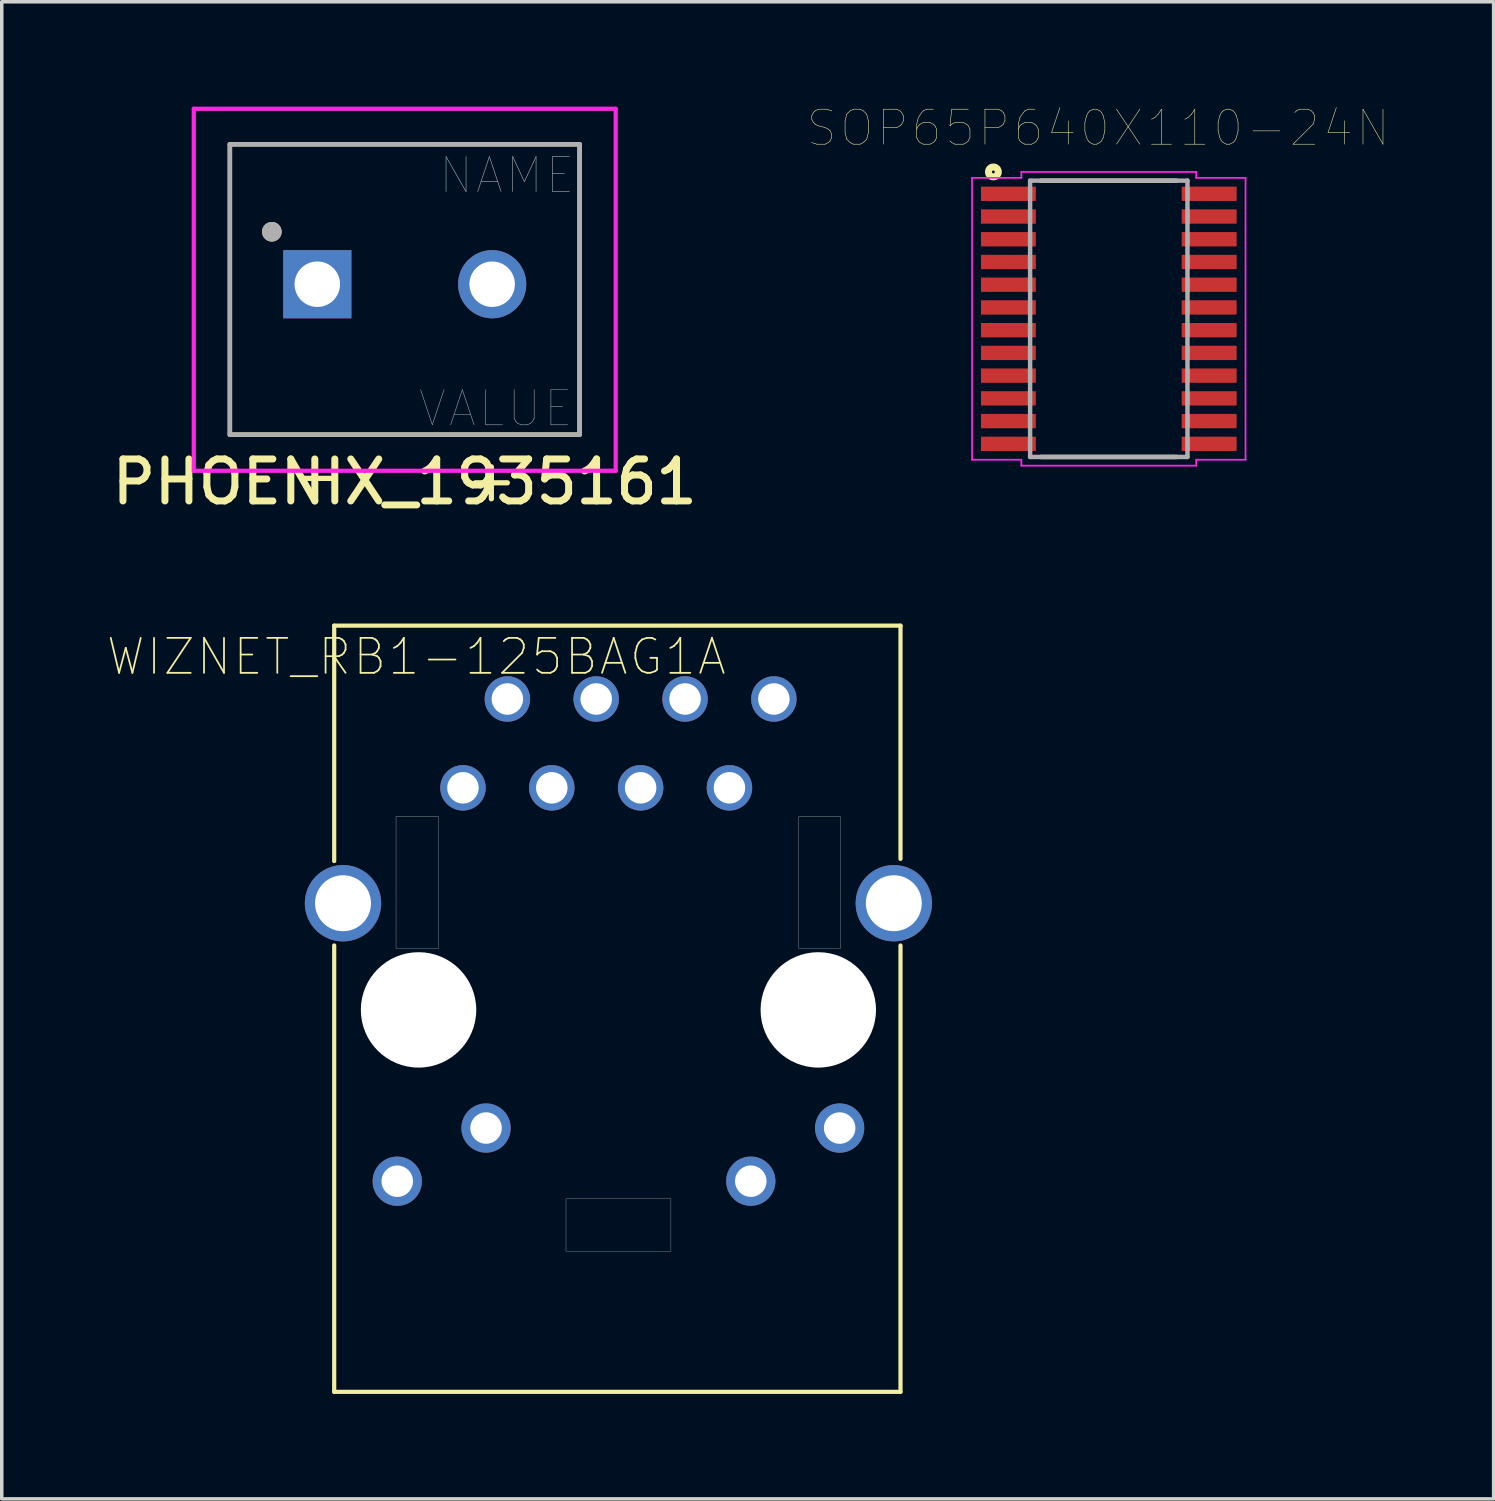
<source format=kicad_pcb>
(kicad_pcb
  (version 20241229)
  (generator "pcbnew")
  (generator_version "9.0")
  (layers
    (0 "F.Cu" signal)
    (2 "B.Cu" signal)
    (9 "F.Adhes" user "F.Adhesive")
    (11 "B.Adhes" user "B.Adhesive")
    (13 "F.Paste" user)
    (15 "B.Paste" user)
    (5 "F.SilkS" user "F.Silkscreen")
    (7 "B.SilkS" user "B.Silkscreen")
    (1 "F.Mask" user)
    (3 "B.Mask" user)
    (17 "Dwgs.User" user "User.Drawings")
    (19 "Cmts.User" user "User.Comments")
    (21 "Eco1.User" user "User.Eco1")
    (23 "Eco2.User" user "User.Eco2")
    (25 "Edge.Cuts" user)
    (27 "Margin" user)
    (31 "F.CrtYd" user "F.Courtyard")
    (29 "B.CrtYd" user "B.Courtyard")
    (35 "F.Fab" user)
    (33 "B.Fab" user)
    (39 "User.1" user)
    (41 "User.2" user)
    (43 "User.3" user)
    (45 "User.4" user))
  (footprint "PHOENIX_1935161"
    (layer "F.Cu")
    (at 8.523 5.077)
    (property "Reference" "PHOENIX_1935161" (at 0 5.652 0) (layer "F.SilkS") (effects (font (size 1.2 1.2) (thickness 0.2))))
    (attr through_hole)
    (fp_line (start -5 -4) (end 5 -4) (stroke (width 0.127) (type solid)) (layer "F.SilkS"))
    (fp_line (start -5 4.3) (end -5 -4) (stroke (width 0.127) (type solid)) (layer "F.SilkS"))
    (fp_line (start 5 -4) (end 5 4.3) (stroke (width 0.127) (type solid)) (layer "F.SilkS"))
    (fp_line (start 5 4.3) (end -5 4.3) (stroke (width 0.127) (type solid)) (layer "F.SilkS"))
    (fp_circle (center -3.8 -1.5) (end -3.66 -1.5) (stroke (width 0.28) (type solid)) (fill no) (layer "F.SilkS"))
    (fp_line (start -6.032 -5.016) (end 6.032 -5.016) (stroke (width 0.12) (type solid)) (layer "F.CrtYd"))
    (fp_line (start -6.032 5.334) (end -6.032 -5.016) (stroke (width 0.12) (type solid)) (layer "F.CrtYd"))
    (fp_line (start 6.032 -5.016) (end 6.032 5.334) (stroke (width 0.12) (type solid)) (layer "F.CrtYd"))
    (fp_line (start 6.032 5.334) (end -6.032 5.334) (stroke (width 0.12) (type solid)) (layer "F.CrtYd"))
    (fp_line (start -5 -4) (end 5 -4) (stroke (width 0.127) (type solid)) (layer "F.Fab"))
    (fp_line (start -5 4.3) (end -5 -4) (stroke (width 0.127) (type solid)) (layer "F.Fab"))
    (fp_line (start 5 -4) (end 5 4.3) (stroke (width 0.127) (type solid)) (layer "F.Fab"))
    (fp_line (start 5 4.3) (end -5 4.3) (stroke (width 0.127) (type solid)) (layer "F.Fab"))
    (fp_circle (center -3.8 -1.5) (end -3.66 -1.5) (stroke (width 0.28) (type solid)) (fill no) (layer "F.Fab"))
    (fp_text user "-" (at -2.477 5.461 0) (layer "F.SilkS") (effects (font (size 1.2 1.2) (thickness 0.15))))
    (fp_text user "+" (at 2.477 5.588 0) (layer "F.SilkS") (effects (font (size 1.2 1.2) (thickness 0.15))))
    (fp_text user "NAME" (at 2.921 -3.111 0) (layer "Dwgs.User") (effects (font (size 1.001 1.001) (thickness 0.015))))
    (fp_text user "VALUE" (at 2.603 3.556 0) (layer "F.Fab") (effects (font (size 1.003 1.003) (thickness 0.015))))
    (pad "1" thru_hole rect (at -2.5 0) (size 1.95 1.95) (drill 1.3) (layers "*.Cu" "*.Mask"))
    (pad "2" thru_hole circle (at 2.5 0) (size 1.95 1.95) (drill 1.3) (layers "*.Cu" "*.Mask")))
  (footprint "WIZNET_RB1-125BAG1A"
    (layer "F.Cu")
    (at 14.634 25.826)
    (property "Reference" "WIZNET_RB1-125BAG1A" (at -5.779 -10.097 0) (layer "F.SilkS") (effects (font (size 1 1) (thickness 0.05))))
    (attr through_hole)
    (fp_line (start -8.128 -10.986) (end -8.128 -4.255) (stroke (width 0.12) (type solid)) (layer "F.SilkS"))
    (fp_line (start -8.128 -10.986) (end 8.065 -10.986) (stroke (width 0.12) (type solid)) (layer "F.SilkS"))
    (fp_line (start -8.128 -1.841) (end -8.128 10.922) (stroke (width 0.12) (type solid)) (layer "F.SilkS"))
    (fp_line (start 8.065 -10.986) (end 8.065 -4.318) (stroke (width 0.12) (type solid)) (layer "F.SilkS"))
    (fp_line (start 8.065 -1.841) (end 8.065 10.922) (stroke (width 0.12) (type solid)) (layer "F.SilkS"))
    (fp_line (start 8.065 10.922) (end -8.128 10.922) (stroke (width 0.12) (type solid)) (layer "F.SilkS"))
    (fp_poly (pts (xy -6.36 -5.528) (xy -5.15 -5.528) (xy -5.15 -1.756) (xy -6.36 -1.756)) (stroke (width 0.01) (type solid)) (fill no) (layer "F.Fab"))
    (fp_poly (pts (xy -1.5 5.4) (xy 1.5 5.4) (xy 1.5 6.9) (xy -1.5 6.9)) (stroke (width 0.01) (type solid)) (fill no) (layer "F.Fab"))
    (fp_poly (pts (xy 5.156 -5.528) (xy 6.348 -5.528) (xy 6.348 -1.756) (xy 5.156 -1.756)) (stroke (width 0.01) (type solid)) (fill no) (layer "F.Fab"))
    (pad "" np_thru_hole circle (at -5.716 0.001) (size 3.3 3.3) (drill 3.3) (layers "*.Cu" "*.Mask"))
    (pad "" np_thru_hole circle (at 5.714 0.001) (size 3.3 3.3) (drill 3.3) (layers "*.Cu" "*.Mask"))
    (pad "L1" thru_hole circle (at 6.325 3.38) (size 1.408 1.408) (drill 0.9) (layers "*.Cu" "*.Mask"))
    (pad "L2" thru_hole circle (at 3.784 4.899) (size 1.408 1.408) (drill 0.9) (layers "*.Cu" "*.Mask"))
    (pad "L3" thru_hole circle (at -3.786 3.379) (size 1.408 1.408) (drill 0.9) (layers "*.Cu" "*.Mask"))
    (pad "L4" thru_hole circle (at -6.325 4.9) (size 1.408 1.408) (drill 0.9) (layers "*.Cu" "*.Mask"))
    (pad "R1" thru_hole circle (at -4.446 -6.349) (size 1.3 1.3) (drill 0.9) (layers "*.Cu" "*.Mask"))
    (pad "R2" thru_hole circle (at -3.176 -8.889) (size 1.3 1.3) (drill 0.9) (layers "*.Cu" "*.Mask"))
    (pad "R3" thru_hole circle (at -1.906 -6.349) (size 1.3 1.3) (drill 0.9) (layers "*.Cu" "*.Mask"))
    (pad "R4" thru_hole circle (at -0.636 -8.889) (size 1.3 1.3) (drill 0.9) (layers "*.Cu" "*.Mask"))
    (pad "R5" thru_hole circle (at 0.634 -6.349) (size 1.3 1.3) (drill 0.9) (layers "*.Cu" "*.Mask"))
    (pad "R6" thru_hole circle (at 1.904 -8.889) (size 1.3 1.3) (drill 0.9) (layers "*.Cu" "*.Mask"))
    (pad "R7" thru_hole circle (at 3.174 -6.349) (size 1.3 1.3) (drill 0.9) (layers "*.Cu" "*.Mask"))
    (pad "R8" thru_hole circle (at 4.444 -8.889) (size 1.3 1.3) (drill 0.9) (layers "*.Cu" "*.Mask"))
    (pad "S1" thru_hole circle (at -7.876 -3.049) (size 2.184 2.184) (drill 1.6) (layers "*.Cu" "*.Mask"))
    (pad "S2" thru_hole circle (at 7.874 -3.049) (size 2.184 2.184) (drill 1.6) (layers "*.Cu" "*.Mask")))
  (footprint "SOP65P640X110-24N"
    (layer "F.Cu")
    (at 28.655 6.066)
    (property "Reference" "SOP65P640X110-24N" (at -0.303 -5.455 0) (layer "F.SilkS") (effects (font (size 1 1) (thickness 0.015))))
    (attr through_hole)
    (fp_line (start -1.94 -3.95) (end 1.94 -3.95) (stroke (width 0.127) (type solid)) (layer "F.SilkS"))
    (fp_line (start -1.94 3.95) (end 1.94 3.95) (stroke (width 0.127) (type solid)) (layer "F.SilkS"))
    (fp_circle (center -3.3 -4.2) (end -3.159 -4.2) (stroke (width 0.2) (type solid)) (fill no) (layer "F.SilkS"))
    (fp_line (start -3.91 -4.03) (end -2.5 -4.03) (stroke (width 0.05) (type solid)) (layer "F.CrtYd"))
    (fp_line (start -3.91 4.03) (end -3.91 -4.03) (stroke (width 0.05) (type solid)) (layer "F.CrtYd"))
    (fp_line (start -2.5 -4.2) (end 2.5 -4.2) (stroke (width 0.05) (type solid)) (layer "F.CrtYd"))
    (fp_line (start -2.5 -4.03) (end -2.5 -4.2) (stroke (width 0.05) (type solid)) (layer "F.CrtYd"))
    (fp_line (start -2.5 4.03) (end -3.91 4.03) (stroke (width 0.05) (type solid)) (layer "F.CrtYd"))
    (fp_line (start -2.5 4.2) (end -2.5 4.03) (stroke (width 0.05) (type solid)) (layer "F.CrtYd"))
    (fp_line (start 2.5 -4.2) (end 2.5 -4.03) (stroke (width 0.05) (type solid)) (layer "F.CrtYd"))
    (fp_line (start 2.5 -4.03) (end 3.91 -4.03) (stroke (width 0.05) (type solid)) (layer "F.CrtYd"))
    (fp_line (start 2.5 4.03) (end 2.5 4.2) (stroke (width 0.05) (type solid)) (layer "F.CrtYd"))
    (fp_line (start 2.5 4.2) (end -2.5 4.2) (stroke (width 0.05) (type solid)) (layer "F.CrtYd"))
    (fp_line (start 3.91 -4.03) (end 3.91 4.03) (stroke (width 0.05) (type solid)) (layer "F.CrtYd"))
    (fp_line (start 3.91 4.03) (end 2.5 4.03) (stroke (width 0.05) (type solid)) (layer "F.CrtYd"))
    (fp_line (start -2.261 -3.429) (end -2.261 -3.734) (stroke (width 0.1) (type solid)) (layer "F.Fab"))
    (fp_line (start -2.261 -2.769) (end -2.261 -3.073) (stroke (width 0.1) (type solid)) (layer "F.Fab"))
    (fp_line (start -2.261 -2.134) (end -2.261 -2.438) (stroke (width 0.1) (type solid)) (layer "F.Fab"))
    (fp_line (start -2.261 -1.473) (end -2.261 -1.778) (stroke (width 0.1) (type solid)) (layer "F.Fab"))
    (fp_line (start -2.261 -0.813) (end -2.261 -1.118) (stroke (width 0.1) (type solid)) (layer "F.Fab"))
    (fp_line (start -2.261 -0.178) (end -2.261 -0.483) (stroke (width 0.1) (type solid)) (layer "F.Fab"))
    (fp_line (start -2.261 0.483) (end -2.261 0.178) (stroke (width 0.1) (type solid)) (layer "F.Fab"))
    (fp_line (start -2.261 1.118) (end -2.261 0.813) (stroke (width 0.1) (type solid)) (layer "F.Fab"))
    (fp_line (start -2.261 1.778) (end -2.261 1.473) (stroke (width 0.1) (type solid)) (layer "F.Fab"))
    (fp_line (start -2.261 2.438) (end -2.261 2.134) (stroke (width 0.1) (type solid)) (layer "F.Fab"))
    (fp_line (start -2.261 3.073) (end -2.261 2.769) (stroke (width 0.1) (type solid)) (layer "F.Fab"))
    (fp_line (start -2.261 3.734) (end -2.261 3.429) (stroke (width 0.1) (type solid)) (layer "F.Fab"))
    (fp_line (start -2.25 -3.95) (end -2.25 3.95) (stroke (width 0.127) (type solid)) (layer "F.Fab"))
    (fp_line (start -2.25 3.95) (end 2.25 3.95) (stroke (width 0.127) (type solid)) (layer "F.Fab"))
    (fp_line (start 2.25 -3.95) (end -2.25 -3.95) (stroke (width 0.127) (type solid)) (layer "F.Fab"))
    (fp_line (start 2.25 3.95) (end 2.25 -3.95) (stroke (width 0.127) (type solid)) (layer "F.Fab"))
    (fp_line (start 2.261 -3.734) (end 2.261 -3.429) (stroke (width 0.1) (type solid)) (layer "F.Fab"))
    (fp_line (start 2.261 -3.073) (end 2.261 -2.769) (stroke (width 0.1) (type solid)) (layer "F.Fab"))
    (fp_line (start 2.261 -2.438) (end 2.261 -2.134) (stroke (width 0.1) (type solid)) (layer "F.Fab"))
    (fp_line (start 2.261 -1.778) (end 2.261 -1.473) (stroke (width 0.1) (type solid)) (layer "F.Fab"))
    (fp_line (start 2.261 -1.118) (end 2.261 -0.813) (stroke (width 0.1) (type solid)) (layer "F.Fab"))
    (fp_line (start 2.261 -0.483) (end 2.261 -0.178) (stroke (width 0.1) (type solid)) (layer "F.Fab"))
    (fp_line (start 2.261 0.178) (end 2.261 0.483) (stroke (width 0.1) (type solid)) (layer "F.Fab"))
    (fp_line (start 2.261 0.813) (end 2.261 1.118) (stroke (width 0.1) (type solid)) (layer "F.Fab"))
    (fp_line (start 2.261 1.473) (end 2.261 1.778) (stroke (width 0.1) (type solid)) (layer "F.Fab"))
    (fp_line (start 2.261 2.134) (end 2.261 2.438) (stroke (width 0.1) (type solid)) (layer "F.Fab"))
    (fp_line (start 2.261 2.769) (end 2.261 3.073) (stroke (width 0.1) (type solid)) (layer "F.Fab"))
    (fp_line (start 2.261 3.429) (end 2.261 3.734) (stroke (width 0.1) (type solid)) (layer "F.Fab"))
    (pad "1" smd rect (at -2.87 -3.575) (size 1.57 0.41) (layers "F.Cu" "F.Mask" "F.Paste"))
    (pad "2" smd rect (at -2.87 -2.925) (size 1.57 0.41) (layers "F.Cu" "F.Mask" "F.Paste"))
    (pad "3" smd rect (at -2.87 -2.275) (size 1.57 0.41) (layers "F.Cu" "F.Mask" "F.Paste"))
    (pad "4" smd rect (at -2.87 -1.625) (size 1.57 0.41) (layers "F.Cu" "F.Mask" "F.Paste"))
    (pad "5" smd rect (at -2.87 -0.975) (size 1.57 0.41) (layers "F.Cu" "F.Mask" "F.Paste"))
    (pad "6" smd rect (at -2.87 -0.325) (size 1.57 0.41) (layers "F.Cu" "F.Mask" "F.Paste"))
    (pad "7" smd rect (at -2.87 0.325) (size 1.57 0.41) (layers "F.Cu" "F.Mask" "F.Paste"))
    (pad "8" smd rect (at -2.87 0.975) (size 1.57 0.41) (layers "F.Cu" "F.Mask" "F.Paste"))
    (pad "9" smd rect (at -2.87 1.625) (size 1.57 0.41) (layers "F.Cu" "F.Mask" "F.Paste"))
    (pad "10" smd rect (at -2.87 2.275) (size 1.57 0.41) (layers "F.Cu" "F.Mask" "F.Paste"))
    (pad "11" smd rect (at -2.87 2.925) (size 1.57 0.41) (layers "F.Cu" "F.Mask" "F.Paste"))
    (pad "12" smd rect (at -2.87 3.575) (size 1.57 0.41) (layers "F.Cu" "F.Mask" "F.Paste"))
    (pad "13" smd rect (at 2.87 3.575) (size 1.57 0.41) (layers "F.Cu" "F.Mask" "F.Paste"))
    (pad "14" smd rect (at 2.87 2.925) (size 1.57 0.41) (layers "F.Cu" "F.Mask" "F.Paste"))
    (pad "15" smd rect (at 2.87 2.275) (size 1.57 0.41) (layers "F.Cu" "F.Mask" "F.Paste"))
    (pad "16" smd rect (at 2.87 1.625) (size 1.57 0.41) (layers "F.Cu" "F.Mask" "F.Paste"))
    (pad "17" smd rect (at 2.87 0.975) (size 1.57 0.41) (layers "F.Cu" "F.Mask" "F.Paste"))
    (pad "18" smd rect (at 2.87 0.325) (size 1.57 0.41) (layers "F.Cu" "F.Mask" "F.Paste"))
    (pad "19" smd rect (at 2.87 -0.325) (size 1.57 0.41) (layers "F.Cu" "F.Mask" "F.Paste"))
    (pad "20" smd rect (at 2.87 -0.975) (size 1.57 0.41) (layers "F.Cu" "F.Mask" "F.Paste"))
    (pad "21" smd rect (at 2.87 -1.625) (size 1.57 0.41) (layers "F.Cu" "F.Mask" "F.Paste"))
    (pad "22" smd rect (at 2.87 -2.275) (size 1.57 0.41) (layers "F.Cu" "F.Mask" "F.Paste"))
    (pad "23" smd rect (at 2.87 -2.925) (size 1.57 0.41) (layers "F.Cu" "F.Mask" "F.Paste"))
    (pad "24" smd rect (at 2.87 -3.575) (size 1.57 0.41) (layers "F.Cu" "F.Mask" "F.Paste")))
  (gr_rect
    (start -3 -3)
    (end 39.659 39.809)
    (stroke (width 0.1) (type default))
    (fill no)
    (layer "Edge.Cuts")))
</source>
